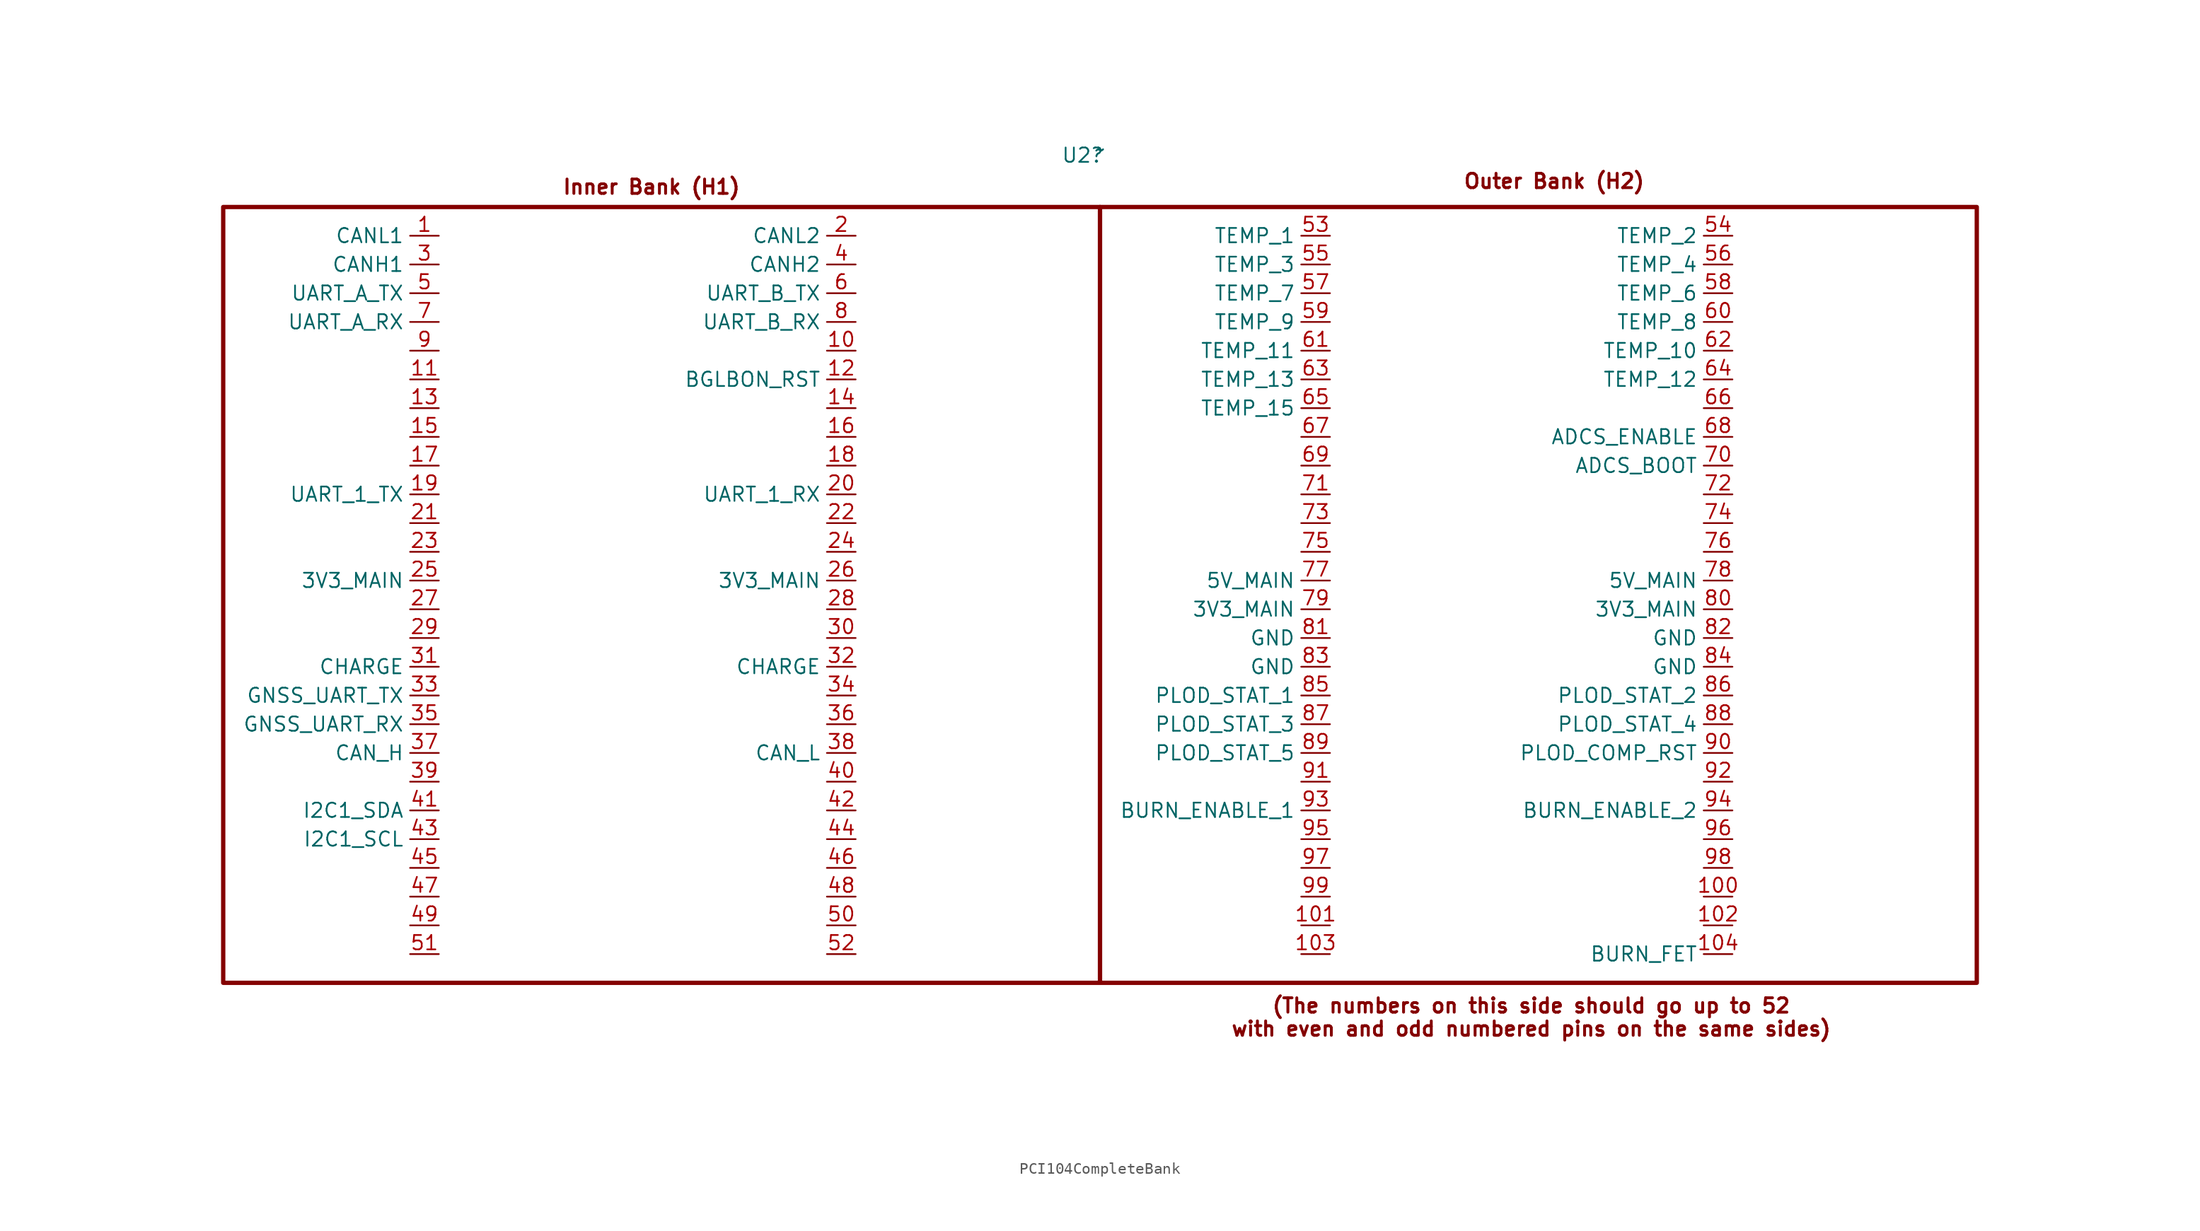
<source format=kicad_sym>
(kicad_symbol_lib
  (version 20231120)
  (generator "kicad_symbol_editor")
  (generator_version "8.0")
  (symbol "PCI104CompleteBank"
    (property "Reference" "U2"
      (at 75.946 73.152 0)
      (effects (font (size 1.27 1.27))))
    (property "Value" "~"
      (at 77.47 73.66 0)
      (effects (font (size 1.27 1.27))))
    (symbol "PCI104CompleteBank_1_0"
      (pin input line (at 55.88 55.88 180) (length 2.54) (name "" (effects (font (size 1.27 1.27)))) (number "10" (effects (font (size 1.27 1.27)))))
      (pin input line (at 133.35 7.62 180) (length 2.54) (name "" (effects (font (size 1.27 1.27)))) (number "100" (effects (font (size 1.27 1.27)))))
      (pin input line (at 97.79 5.08 180) (length 2.54) (name "" (effects (font (size 1.27 1.27)))) (number "101" (effects (font (size 1.27 1.27)))))
      (pin input line (at 133.35 5.08 180) (length 2.54) (name "" (effects (font (size 1.27 1.27)))) (number "102" (effects (font (size 1.27 1.27)))))
      (pin input line (at 97.79 2.54 180) (length 2.54) (name "" (effects (font (size 1.27 1.27)))) (number "103" (effects (font (size 1.27 1.27)))))
      (pin input line (at 133.35 2.54 180) (length 2.54) (name "BURN_FET" (effects (font (size 1.27 1.27)))) (number "104" (effects (font (size 1.27 1.27)))))
      (pin input line (at 19.05 53.34 180) (length 2.54) (name "" (effects (font (size 1.27 1.27)))) (number "11" (effects (font (size 1.27 1.27)))))
      (pin input line (at 55.88 53.34 180) (length 2.54) (name "BGLBON_RST" (effects (font (size 1.27 1.27)))) (number "12" (effects (font (size 1.27 1.27)))))
      (pin input line (at 19.05 50.8 180) (length 2.54) (name "" (effects (font (size 1.27 1.27)))) (number "13" (effects (font (size 1.27 1.27)))))
      (pin input line (at 55.88 50.8 180) (length 2.54) (name "" (effects (font (size 1.27 1.27)))) (number "14" (effects (font (size 1.27 1.27)))))
      (pin input line (at 19.05 48.26 180) (length 2.54) (name "" (effects (font (size 1.27 1.27)))) (number "15" (effects (font (size 1.27 1.27)))))
      (pin input line (at 55.88 48.26 180) (length 2.54) (name "" (effects (font (size 1.27 1.27)))) (number "16" (effects (font (size 1.27 1.27)))))
      (pin input line (at 19.05 45.72 180) (length 2.54) (name "" (effects (font (size 1.27 1.27)))) (number "17" (effects (font (size 1.27 1.27)))))
      (pin input line (at 55.88 45.72 180) (length 2.54) (name "" (effects (font (size 1.27 1.27)))) (number "18" (effects (font (size 1.27 1.27)))))
      (pin input line (at 19.05 43.18 180) (length 2.54) (name "UART_1_TX" (effects (font (size 1.27 1.27)))) (number "19" (effects (font (size 1.27 1.27)))))
      (pin input line (at 55.88 66.04 180) (length 2.54) (name "CANL2" (effects (font (size 1.27 1.27)))) (number "2" (effects (font (size 1.27 1.27)))))
      (pin input line (at 55.88 43.18 180) (length 2.54) (name "UART_1_RX" (effects (font (size 1.27 1.27)))) (number "20" (effects (font (size 1.27 1.27)))))
      (pin input line (at 19.05 40.64 180) (length 2.54) (name "" (effects (font (size 1.27 1.27)))) (number "21" (effects (font (size 1.27 1.27)))))
      (pin input line (at 55.88 40.64 180) (length 2.54) (name "" (effects (font (size 1.27 1.27)))) (number "22" (effects (font (size 1.27 1.27)))))
      (pin input line (at 19.05 38.1 180) (length 2.54) (name "" (effects (font (size 1.27 1.27)))) (number "23" (effects (font (size 1.27 1.27)))))
      (pin input line (at 55.88 38.1 180) (length 2.54) (name "" (effects (font (size 1.27 1.27)))) (number "24" (effects (font (size 1.27 1.27)))))
      (pin input line (at 19.05 35.56 180) (length 2.54) (name "3V3_MAIN" (effects (font (size 1.27 1.27)))) (number "25" (effects (font (size 1.27 1.27)))))
      (pin input line (at 55.88 35.56 180) (length 2.54) (name "3V3_MAIN" (effects (font (size 1.27 1.27)))) (number "26" (effects (font (size 1.27 1.27)))))
      (pin input line (at 19.05 33.02 180) (length 2.54) (name "" (effects (font (size 1.27 1.27)))) (number "27" (effects (font (size 1.27 1.27)))))
      (pin input line (at 55.88 33.02 180) (length 2.54) (name "" (effects (font (size 1.27 1.27)))) (number "28" (effects (font (size 1.27 1.27)))))
      (pin input line (at 19.05 30.48 180) (length 2.54) (name "" (effects (font (size 1.27 1.27)))) (number "29" (effects (font (size 1.27 1.27)))))
      (pin input line (at 55.88 30.48 180) (length 2.54) (name "" (effects (font (size 1.27 1.27)))) (number "30" (effects (font (size 1.27 1.27)))))
      (pin input line (at 19.05 27.94 180) (length 2.54) (name "CHARGE" (effects (font (size 1.27 1.27)))) (number "31" (effects (font (size 1.27 1.27)))))
      (pin input line (at 55.88 27.94 180) (length 2.54) (name "CHARGE" (effects (font (size 1.27 1.27)))) (number "32" (effects (font (size 1.27 1.27)))))
      (pin input line (at 19.05 25.4 180) (length 2.54) (name "GNSS_UART_TX" (effects (font (size 1.27 1.27)))) (number "33" (effects (font (size 1.27 1.27)))))
      (pin input line (at 55.88 25.4 180) (length 2.54) (name "" (effects (font (size 1.27 1.27)))) (number "34" (effects (font (size 1.27 1.27)))))
      (pin input line (at 19.05 22.86 180) (length 2.54) (name "GNSS_UART_RX" (effects (font (size 1.27 1.27)))) (number "35" (effects (font (size 1.27 1.27)))))
      (pin input line (at 55.88 22.86 180) (length 2.54) (name "" (effects (font (size 1.27 1.27)))) (number "36" (effects (font (size 1.27 1.27)))))
      (pin input line (at 19.05 20.32 180) (length 2.54) (name "CAN_H" (effects (font (size 1.27 1.27)))) (number "37" (effects (font (size 1.27 1.27)))))
      (pin input line (at 55.88 20.32 180) (length 2.54) (name "CAN_L" (effects (font (size 1.27 1.27)))) (number "38" (effects (font (size 1.27 1.27)))))
      (pin input line (at 19.05 17.78 180) (length 2.54) (name "" (effects (font (size 1.27 1.27)))) (number "39" (effects (font (size 1.27 1.27)))))
      (pin input line (at 55.88 63.5 180) (length 2.54) (name "CANH2" (effects (font (size 1.27 1.27)))) (number "4" (effects (font (size 1.27 1.27)))))
      (pin input line (at 55.88 17.78 180) (length 2.54) (name "" (effects (font (size 1.27 1.27)))) (number "40" (effects (font (size 1.27 1.27)))))
      (pin input line (at 19.05 15.24 180) (length 2.54) (name "I2C1_SDA" (effects (font (size 1.27 1.27)))) (number "41" (effects (font (size 1.27 1.27)))))
      (pin input line (at 55.88 15.24 180) (length 2.54) (name "" (effects (font (size 1.27 1.27)))) (number "42" (effects (font (size 1.27 1.27)))))
      (pin input line (at 19.05 12.7 180) (length 2.54) (name "I2C1_SCL" (effects (font (size 1.27 1.27)))) (number "43" (effects (font (size 1.27 1.27)))))
      (pin input line (at 55.88 12.7 180) (length 2.54) (name "" (effects (font (size 1.27 1.27)))) (number "44" (effects (font (size 1.27 1.27)))))
      (pin input line (at 19.05 10.16 180) (length 2.54) (name "" (effects (font (size 1.27 1.27)))) (number "45" (effects (font (size 1.27 1.27)))))
      (pin input line (at 55.88 10.16 180) (length 2.54) (name "" (effects (font (size 1.27 1.27)))) (number "46" (effects (font (size 1.27 1.27)))))
      (pin input line (at 19.05 7.62 180) (length 2.54) (name "" (effects (font (size 1.27 1.27)))) (number "47" (effects (font (size 1.27 1.27)))))
      (pin input line (at 55.88 7.62 180) (length 2.54) (name "" (effects (font (size 1.27 1.27)))) (number "48" (effects (font (size 1.27 1.27)))))
      (pin input line (at 19.05 5.08 180) (length 2.54) (name "" (effects (font (size 1.27 1.27)))) (number "49" (effects (font (size 1.27 1.27)))))
      (pin input line (at 19.05 60.96 180) (length 2.54) (name "UART_A_TX" (effects (font (size 1.27 1.27)))) (number "5" (effects (font (size 1.27 1.27)))))
      (pin input line (at 55.88 5.08 180) (length 2.54) (name "" (effects (font (size 1.27 1.27)))) (number "50" (effects (font (size 1.27 1.27)))))
      (pin input line (at 19.05 2.54 180) (length 2.54) (name "" (effects (font (size 1.27 1.27)))) (number "51" (effects (font (size 1.27 1.27)))))
      (pin input line (at 55.88 2.54 180) (length 2.54) (name "" (effects (font (size 1.27 1.27)))) (number "52" (effects (font (size 1.27 1.27)))))
      (pin input line (at 97.79 58.42 180) (length 2.54) (name "TEMP_9" (effects (font (size 1.27 1.27)))) (number "59" (effects (font (size 1.27 1.27)))))
      (pin input line (at 55.88 60.96 180) (length 2.54) (name "UART_B_TX" (effects (font (size 1.27 1.27)))) (number "6" (effects (font (size 1.27 1.27)))))
      (pin input line (at 133.35 58.42 180) (length 2.54) (name "TEMP_8" (effects (font (size 1.27 1.27)))) (number "60" (effects (font (size 1.27 1.27)))))
      (pin input line (at 97.79 55.88 180) (length 2.54) (name "TEMP_11" (effects (font (size 1.27 1.27)))) (number "61" (effects (font (size 1.27 1.27)))))
      (pin input line (at 133.35 55.88 180) (length 2.54) (name "TEMP_10" (effects (font (size 1.27 1.27)))) (number "62" (effects (font (size 1.27 1.27)))))
      (pin input line (at 97.79 53.34 180) (length 2.54) (name "TEMP_13" (effects (font (size 1.27 1.27)))) (number "63" (effects (font (size 1.27 1.27)))))
      (pin input line (at 133.35 53.34 180) (length 2.54) (name "TEMP_12" (effects (font (size 1.27 1.27)))) (number "64" (effects (font (size 1.27 1.27)))))
      (pin input line (at 97.79 50.8 180) (length 2.54) (name "TEMP_15" (effects (font (size 1.27 1.27)))) (number "65" (effects (font (size 1.27 1.27)))))
      (pin input line (at 133.35 50.8 180) (length 2.54) (name "" (effects (font (size 1.27 1.27)))) (number "66" (effects (font (size 1.27 1.27)))))
      (pin input line (at 97.79 48.26 180) (length 2.54) (name "" (effects (font (size 1.27 1.27)))) (number "67" (effects (font (size 1.27 1.27)))))
      (pin input line (at 133.35 48.26 180) (length 2.54) (name "ADCS_ENABLE" (effects (font (size 1.27 1.27)))) (number "68" (effects (font (size 1.27 1.27)))))
      (pin input line (at 97.79 45.72 180) (length 2.54) (name "" (effects (font (size 1.27 1.27)))) (number "69" (effects (font (size 1.27 1.27)))))
      (pin input line (at 19.05 58.42 180) (length 2.54) (name "UART_A_RX" (effects (font (size 1.27 1.27)))) (number "7" (effects (font (size 1.27 1.27)))))
      (pin input line (at 133.35 45.72 180) (length 2.54) (name "ADCS_BOOT" (effects (font (size 1.27 1.27)))) (number "70" (effects (font (size 1.27 1.27)))))
      (pin input line (at 97.79 43.18 180) (length 2.54) (name "" (effects (font (size 1.27 1.27)))) (number "71" (effects (font (size 1.27 1.27)))))
      (pin input line (at 133.35 43.18 180) (length 2.54) (name "" (effects (font (size 1.27 1.27)))) (number "72" (effects (font (size 1.27 1.27)))))
      (pin input line (at 97.79 40.64 180) (length 2.54) (name "" (effects (font (size 1.27 1.27)))) (number "73" (effects (font (size 1.27 1.27)))))
      (pin input line (at 133.35 40.64 180) (length 2.54) (name "" (effects (font (size 1.27 1.27)))) (number "74" (effects (font (size 1.27 1.27)))))
      (pin input line (at 97.79 38.1 180) (length 2.54) (name "" (effects (font (size 1.27 1.27)))) (number "75" (effects (font (size 1.27 1.27)))))
      (pin input line (at 133.35 38.1 180) (length 2.54) (name "" (effects (font (size 1.27 1.27)))) (number "76" (effects (font (size 1.27 1.27)))))
      (pin input line (at 97.79 35.56 180) (length 2.54) (name "5V_MAIN" (effects (font (size 1.27 1.27)))) (number "77" (effects (font (size 1.27 1.27)))))
      (pin input line (at 133.35 35.56 180) (length 2.54) (name "5V_MAIN" (effects (font (size 1.27 1.27)))) (number "78" (effects (font (size 1.27 1.27)))))
      (pin input line (at 97.79 33.02 180) (length 2.54) (name "3V3_MAIN" (effects (font (size 1.27 1.27)))) (number "79" (effects (font (size 1.27 1.27)))))
      (pin input line (at 55.88 58.42 180) (length 2.54) (name "UART_B_RX" (effects (font (size 1.27 1.27)))) (number "8" (effects (font (size 1.27 1.27)))))
      (pin input line (at 133.35 33.02 180) (length 2.54) (name "3V3_MAIN" (effects (font (size 1.27 1.27)))) (number "80" (effects (font (size 1.27 1.27)))))
      (pin input line (at 97.79 30.48 180) (length 2.54) (name "GND" (effects (font (size 1.27 1.27)))) (number "81" (effects (font (size 1.27 1.27)))))
      (pin input line (at 133.35 30.48 180) (length 2.54) (name "GND" (effects (font (size 1.27 1.27)))) (number "82" (effects (font (size 1.27 1.27)))))
      (pin input line (at 97.79 27.94 180) (length 2.54) (name "GND" (effects (font (size 1.27 1.27)))) (number "83" (effects (font (size 1.27 1.27)))))
      (pin input line (at 133.35 27.94 180) (length 2.54) (name "GND" (effects (font (size 1.27 1.27)))) (number "84" (effects (font (size 1.27 1.27)))))
      (pin input line (at 97.79 25.4 180) (length 2.54) (name "PLOD_STAT_1" (effects (font (size 1.27 1.27)))) (number "85" (effects (font (size 1.27 1.27)))))
      (pin input line (at 133.35 25.4 180) (length 2.54) (name "PLOD_STAT_2" (effects (font (size 1.27 1.27)))) (number "86" (effects (font (size 1.27 1.27)))))
      (pin input line (at 97.79 22.86 180) (length 2.54) (name "PLOD_STAT_3" (effects (font (size 1.27 1.27)))) (number "87" (effects (font (size 1.27 1.27)))))
      (pin input line (at 133.35 22.86 180) (length 2.54) (name "PLOD_STAT_4" (effects (font (size 1.27 1.27)))) (number "88" (effects (font (size 1.27 1.27)))))
      (pin input line (at 97.79 20.32 180) (length 2.54) (name "PLOD_STAT_5" (effects (font (size 1.27 1.27)))) (number "89" (effects (font (size 1.27 1.27)))))
      (pin input line (at 19.05 55.88 180) (length 2.54) (name "" (effects (font (size 1.27 1.27)))) (number "9" (effects (font (size 1.27 1.27)))))
      (pin input line (at 133.35 20.32 180) (length 2.54) (name "PLOD_COMP_RST" (effects (font (size 1.27 1.27)))) (number "90" (effects (font (size 1.27 1.27)))))
      (pin input line (at 97.79 17.78 180) (length 2.54) (name "" (effects (font (size 1.27 1.27)))) (number "91" (effects (font (size 1.27 1.27)))))
      (pin input line (at 133.35 17.78 180) (length 2.54) (name "" (effects (font (size 1.27 1.27)))) (number "92" (effects (font (size 1.27 1.27)))))
      (pin input line (at 97.79 15.24 180) (length 2.54) (name "BURN_ENABLE_1" (effects (font (size 1.27 1.27)))) (number "93" (effects (font (size 1.27 1.27)))))
      (pin input line (at 133.35 15.24 180) (length 2.54) (name "BURN_ENABLE_2" (effects (font (size 1.27 1.27)))) (number "94" (effects (font (size 1.27 1.27)))))
      (pin input line (at 97.79 12.7 180) (length 2.54) (name "" (effects (font (size 1.27 1.27)))) (number "95" (effects (font (size 1.27 1.27)))))
      (pin input line (at 133.35 12.7 180) (length 2.54) (name "" (effects (font (size 1.27 1.27)))) (number "96" (effects (font (size 1.27 1.27)))))
      (pin input line (at 97.79 10.16 180) (length 2.54) (name "" (effects (font (size 1.27 1.27)))) (number "97" (effects (font (size 1.27 1.27)))))
      (pin input line (at 133.35 10.16 180) (length 2.54) (name "" (effects (font (size 1.27 1.27)))) (number "98" (effects (font (size 1.27 1.27)))))
      (pin input line (at 97.79 7.62 180) (length 2.54) (name "" (effects (font (size 1.27 1.27)))) (number "99" (effects (font (size 1.27 1.27))))))
    (symbol "PCI104CompleteBank_1_1"
      (rectangle (start 0 68.58) (end 77.47 0) (stroke (width 0.381) (type default)) (fill (type none)))
      (rectangle (start 77.47 68.58) (end 154.94 0) (stroke (width 0.381) (type default)) (fill (type none)))
      (text "(The numbers on this side should go up to 52\nwith even and odd numbered pins on the same sides)\n\n" (at 115.57 -4.064 0) (effects (font (size 1.27 1.27) (bold yes))))
      (text "Inner Bank (H1)" (at 37.846 70.358 0) (effects (font (size 1.27 1.27) (bold yes))))
      (text "Outer Bank (H2)" (at 117.602 70.866 0) (effects (font (size 1.27 1.27) (bold yes))))
      (pin input line (at 19.05 66.04 180) (length 2.54) (name "CANL1" (effects (font (size 1.27 1.27)))) (number "1" (effects (font (size 1.27 1.27)))))
      (pin input line (at 19.05 63.5 180) (length 2.54) (name "CANH1" (effects (font (size 1.27 1.27)))) (number "3" (effects (font (size 1.27 1.27)))))
      (pin input line (at 97.79 66.04 180) (length 2.54) (name "TEMP_1" (effects (font (size 1.27 1.27)))) (number "53" (effects (font (size 1.27 1.27)))))
      (pin input line (at 133.35 66.04 180) (length 2.54) (name "TEMP_2" (effects (font (size 1.27 1.27)))) (number "54" (effects (font (size 1.27 1.27)))))
      (pin input line (at 97.79 63.5 180) (length 2.54) (name "TEMP_3" (effects (font (size 1.27 1.27)))) (number "55" (effects (font (size 1.27 1.27)))))
      (pin input line (at 133.35 63.5 180) (length 2.54) (name "TEMP_4" (effects (font (size 1.27 1.27)))) (number "56" (effects (font (size 1.27 1.27)))))
      (pin input line (at 97.79 60.96 180) (length 2.54) (name "TEMP_7" (effects (font (size 1.27 1.27)))) (number "57" (effects (font (size 1.27 1.27)))))
      (pin input line (at 133.35 60.96 180) (length 2.54) (name "TEMP_6" (effects (font (size 1.27 1.27)))) (number "58" (effects (font (size 1.27 1.27))))))))
</source>
